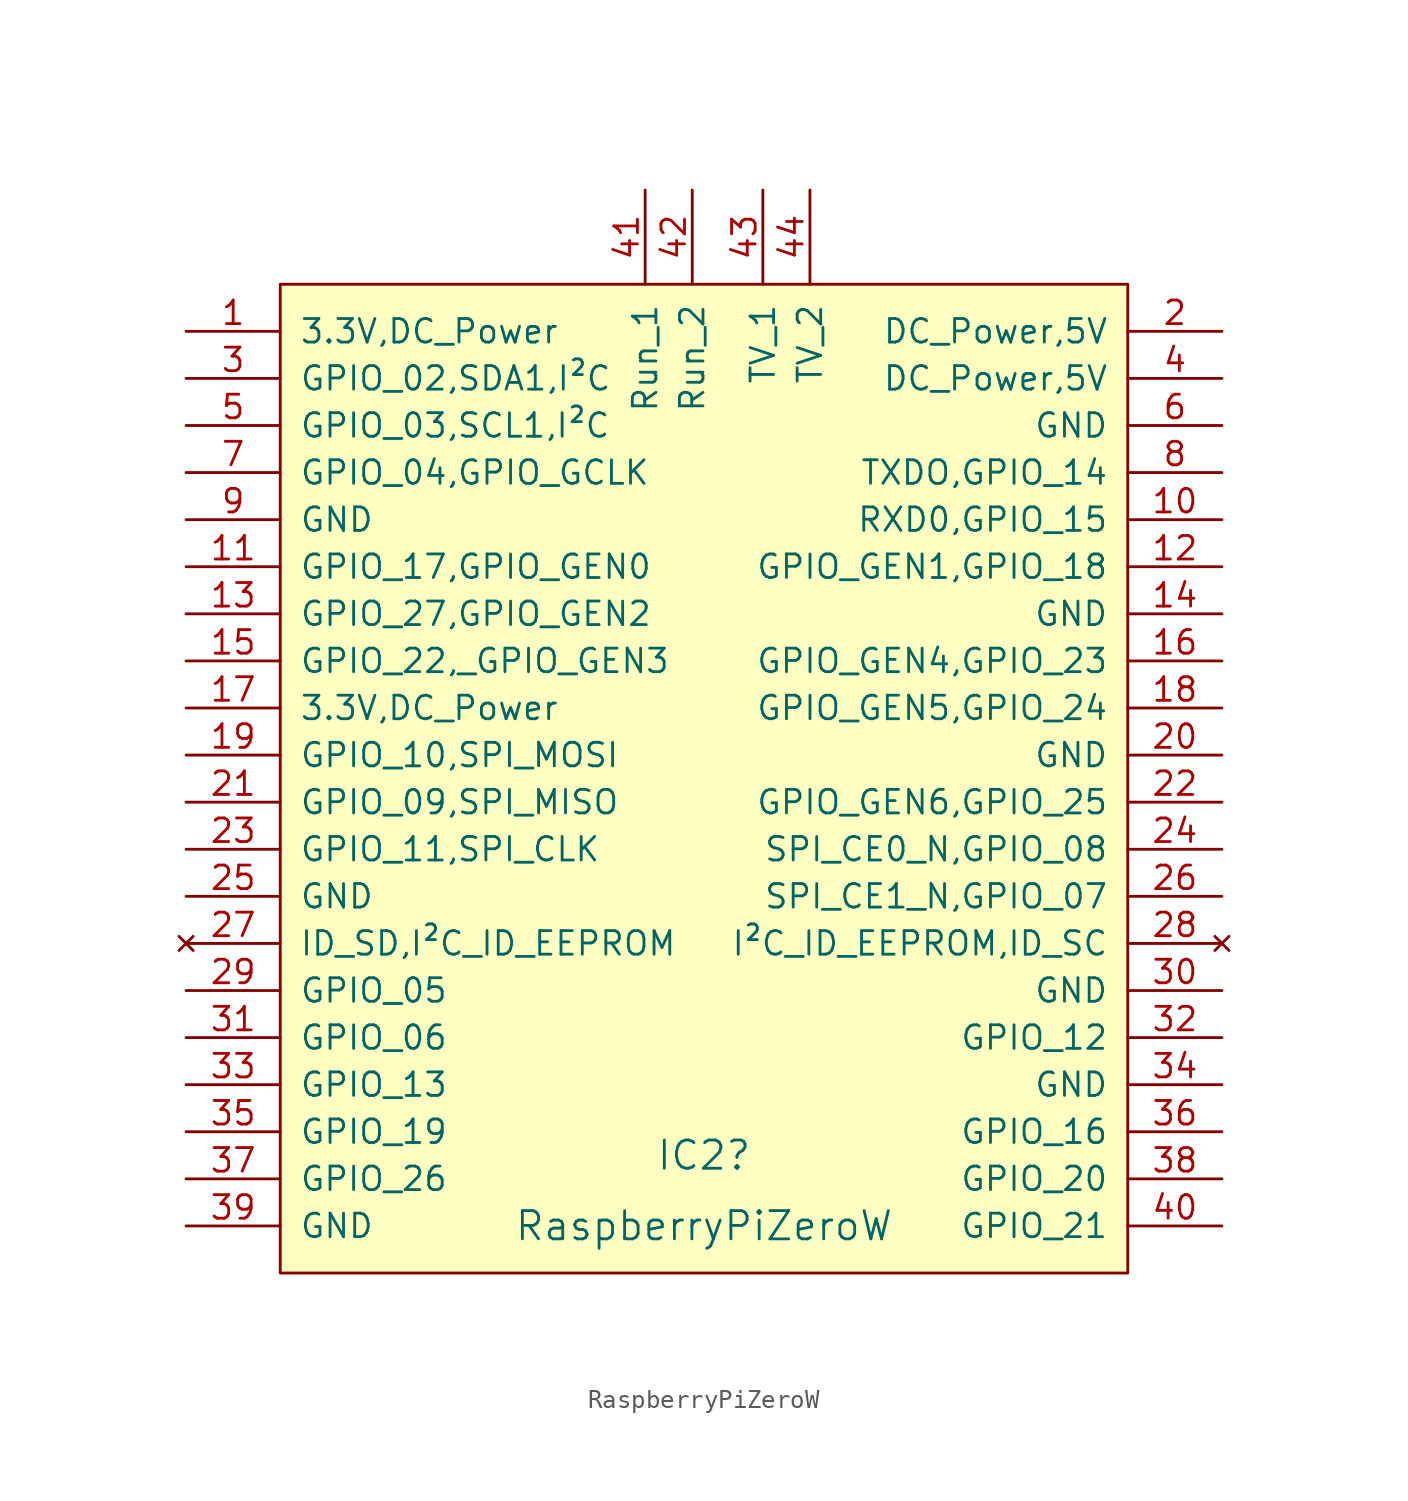
<source format=kicad_sym>
(kicad_symbol_lib
  (version 20231120)
  (generator "kicad_symbol_editor")
  (generator_version "8.0")
  (symbol "RaspberryPiZeroW"
    (pin_names
      (offset 1.016))
    (property "Reference" "IC2"
      (at -1.27 -33.02 0)
      (effects (font (size 1.524 1.524))))
    (property "Value" "RaspberryPiZeroW"
      (at -1.27 -36.83 0)
      (effects (font (size 1.524 1.524))))
    (symbol "RaspberryPiZeroW_0_1"
      (rectangle (start -24.13 13.97) (end 21.59 -39.37) (stroke (width 0) (type solid)) (fill (type background))))
    (symbol "RaspberryPiZeroW_1_1"
      (pin power_out line (at -29.21 11.43 0) (length 5.08) (name "3.3V,DC_Power" (effects (font (size 1.27 1.27)))) (number "1" (effects (font (size 1.27 1.27)))))
      (pin bidirectional line (at 26.67 1.27 180) (length 5.08) (name "RXD0,GPIO_15" (effects (font (size 1.27 1.27)))) (number "10" (effects (font (size 1.27 1.27)))))
      (pin bidirectional line (at -29.21 -1.27 0) (length 5.08) (name "GPIO_17,GPIO_GEN0" (effects (font (size 1.27 1.27)))) (number "11" (effects (font (size 1.27 1.27)))))
      (pin bidirectional line (at 26.67 -1.27 180) (length 5.08) (name "GPIO_GEN1,GPIO_18" (effects (font (size 1.27 1.27)))) (number "12" (effects (font (size 1.27 1.27)))))
      (pin bidirectional line (at -29.21 -3.81 0) (length 5.08) (name "GPIO_27,GPIO_GEN2" (effects (font (size 1.27 1.27)))) (number "13" (effects (font (size 1.27 1.27)))))
      (pin power_in line (at 26.67 -3.81 180) (length 5.08) (name "GND" (effects (font (size 1.27 1.27)))) (number "14" (effects (font (size 1.27 1.27)))))
      (pin bidirectional line (at -29.21 -6.35 0) (length 5.08) (name "GPIO_22,_GPIO_GEN3" (effects (font (size 1.27 1.27)))) (number "15" (effects (font (size 1.27 1.27)))))
      (pin bidirectional line (at 26.67 -6.35 180) (length 5.08) (name "GPIO_GEN4,GPIO_23" (effects (font (size 1.27 1.27)))) (number "16" (effects (font (size 1.27 1.27)))))
      (pin power_out line (at -29.21 -8.89 0) (length 5.08) (name "3.3V,DC_Power" (effects (font (size 1.27 1.27)))) (number "17" (effects (font (size 1.27 1.27)))))
      (pin bidirectional line (at 26.67 -8.89 180) (length 5.08) (name "GPIO_GEN5,GPIO_24" (effects (font (size 1.27 1.27)))) (number "18" (effects (font (size 1.27 1.27)))))
      (pin bidirectional line (at -29.21 -11.43 0) (length 5.08) (name "GPIO_10,SPI_MOSI" (effects (font (size 1.27 1.27)))) (number "19" (effects (font (size 1.27 1.27)))))
      (pin power_in line (at 26.67 11.43 180) (length 5.08) (name "DC_Power,5V" (effects (font (size 1.27 1.27)))) (number "2" (effects (font (size 1.27 1.27)))))
      (pin power_in line (at 26.67 -11.43 180) (length 5.08) (name "GND" (effects (font (size 1.27 1.27)))) (number "20" (effects (font (size 1.27 1.27)))))
      (pin bidirectional line (at -29.21 -13.97 0) (length 5.08) (name "GPIO_09,SPI_MISO" (effects (font (size 1.27 1.27)))) (number "21" (effects (font (size 1.27 1.27)))))
      (pin bidirectional line (at 26.67 -13.97 180) (length 5.08) (name "GPIO_GEN6,GPIO_25" (effects (font (size 1.27 1.27)))) (number "22" (effects (font (size 1.27 1.27)))))
      (pin bidirectional line (at -29.21 -16.51 0) (length 5.08) (name "GPIO_11,SPI_CLK" (effects (font (size 1.27 1.27)))) (number "23" (effects (font (size 1.27 1.27)))))
      (pin bidirectional line (at 26.67 -16.51 180) (length 5.08) (name "SPI_CE0_N,GPIO_08" (effects (font (size 1.27 1.27)))) (number "24" (effects (font (size 1.27 1.27)))))
      (pin power_in line (at -29.21 -19.05 0) (length 5.08) (name "GND" (effects (font (size 1.27 1.27)))) (number "25" (effects (font (size 1.27 1.27)))))
      (pin bidirectional line (at 26.67 -19.05 180) (length 5.08) (name "SPI_CE1_N,GPIO_07" (effects (font (size 1.27 1.27)))) (number "26" (effects (font (size 1.27 1.27)))))
      (pin no_connect line (at -29.21 -21.59 0) (length 5.08) (name "ID_SD,I²C_ID_EEPROM" (effects (font (size 1.27 1.27)))) (number "27" (effects (font (size 1.27 1.27)))))
      (pin no_connect line (at 26.67 -21.59 180) (length 5.08) (name "I²C_ID_EEPROM,ID_SC" (effects (font (size 1.27 1.27)))) (number "28" (effects (font (size 1.27 1.27)))))
      (pin bidirectional line (at -29.21 -24.13 0) (length 5.08) (name "GPIO_05" (effects (font (size 1.27 1.27)))) (number "29" (effects (font (size 1.27 1.27)))))
      (pin bidirectional line (at -29.21 8.89 0) (length 5.08) (name "GPIO_02,SDA1,I²C" (effects (font (size 1.27 1.27)))) (number "3" (effects (font (size 1.27 1.27)))))
      (pin power_in line (at 26.67 -24.13 180) (length 5.08) (name "GND" (effects (font (size 1.27 1.27)))) (number "30" (effects (font (size 1.27 1.27)))))
      (pin bidirectional line (at -29.21 -26.67 0) (length 5.08) (name "GPIO_06" (effects (font (size 1.27 1.27)))) (number "31" (effects (font (size 1.27 1.27)))))
      (pin bidirectional line (at 26.67 -26.67 180) (length 5.08) (name "GPIO_12" (effects (font (size 1.27 1.27)))) (number "32" (effects (font (size 1.27 1.27)))))
      (pin bidirectional line (at -29.21 -29.21 0) (length 5.08) (name "GPIO_13" (effects (font (size 1.27 1.27)))) (number "33" (effects (font (size 1.27 1.27)))))
      (pin power_in line (at 26.67 -29.21 180) (length 5.08) (name "GND" (effects (font (size 1.27 1.27)))) (number "34" (effects (font (size 1.27 1.27)))))
      (pin bidirectional line (at -29.21 -31.75 0) (length 5.08) (name "GPIO_19" (effects (font (size 1.27 1.27)))) (number "35" (effects (font (size 1.27 1.27)))))
      (pin bidirectional line (at 26.67 -31.75 180) (length 5.08) (name "GPIO_16" (effects (font (size 1.27 1.27)))) (number "36" (effects (font (size 1.27 1.27)))))
      (pin bidirectional line (at -29.21 -34.29 0) (length 5.08) (name "GPIO_26" (effects (font (size 1.27 1.27)))) (number "37" (effects (font (size 1.27 1.27)))))
      (pin bidirectional line (at 26.67 -34.29 180) (length 5.08) (name "GPIO_20" (effects (font (size 1.27 1.27)))) (number "38" (effects (font (size 1.27 1.27)))))
      (pin power_in line (at -29.21 -36.83 0) (length 5.08) (name "GND" (effects (font (size 1.27 1.27)))) (number "39" (effects (font (size 1.27 1.27)))))
      (pin power_in line (at 26.67 8.89 180) (length 5.08) (name "DC_Power,5V" (effects (font (size 1.27 1.27)))) (number "4" (effects (font (size 1.27 1.27)))))
      (pin bidirectional line (at 26.67 -36.83 180) (length 5.08) (name "GPIO_21" (effects (font (size 1.27 1.27)))) (number "40" (effects (font (size 1.27 1.27)))))
      (pin input line (at -4.445 19.05 270) (length 5.08) (name "Run_1" (effects (font (size 1.27 1.27)))) (number "41" (effects (font (size 1.27 1.27)))))
      (pin input line (at -1.905 19.05 270) (length 5.08) (name "Run_2" (effects (font (size 1.27 1.27)))) (number "42" (effects (font (size 1.27 1.27)))))
      (pin input line (at 1.905 19.05 270) (length 5.08) (name "TV_1" (effects (font (size 1.27 1.27)))) (number "43" (effects (font (size 1.27 1.27)))))
      (pin input line (at 4.445 19.05 270) (length 5.08) (name "TV_2" (effects (font (size 1.27 1.27)))) (number "44" (effects (font (size 1.27 1.27)))))
      (pin bidirectional line (at -29.21 6.35 0) (length 5.08) (name "GPIO_03,SCL1,I²C" (effects (font (size 1.27 1.27)))) (number "5" (effects (font (size 1.27 1.27)))))
      (pin power_in line (at 26.67 6.35 180) (length 5.08) (name "GND" (effects (font (size 1.27 1.27)))) (number "6" (effects (font (size 1.27 1.27)))))
      (pin bidirectional line (at -29.21 3.81 0) (length 5.08) (name "GPIO_04,GPIO_GCLK" (effects (font (size 1.27 1.27)))) (number "7" (effects (font (size 1.27 1.27)))))
      (pin bidirectional line (at 26.67 3.81 180) (length 5.08) (name "TXDO,GPIO_14" (effects (font (size 1.27 1.27)))) (number "8" (effects (font (size 1.27 1.27)))))
      (pin power_in line (at -29.21 1.27 0) (length 5.08) (name "GND" (effects (font (size 1.27 1.27)))) (number "9" (effects (font (size 1.27 1.27))))))))
</source>
